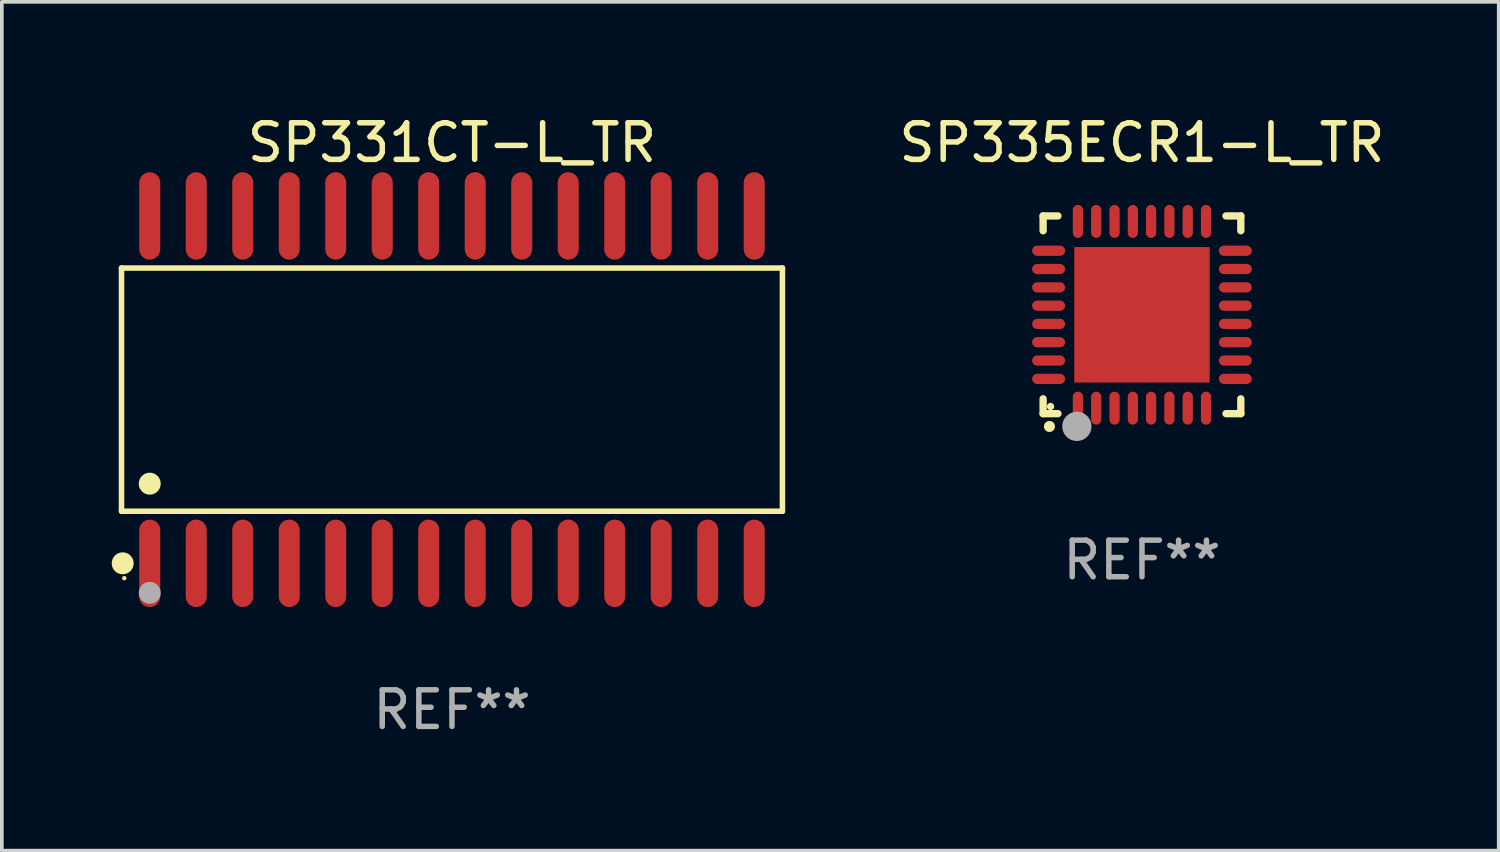
<source format=kicad_pcb>
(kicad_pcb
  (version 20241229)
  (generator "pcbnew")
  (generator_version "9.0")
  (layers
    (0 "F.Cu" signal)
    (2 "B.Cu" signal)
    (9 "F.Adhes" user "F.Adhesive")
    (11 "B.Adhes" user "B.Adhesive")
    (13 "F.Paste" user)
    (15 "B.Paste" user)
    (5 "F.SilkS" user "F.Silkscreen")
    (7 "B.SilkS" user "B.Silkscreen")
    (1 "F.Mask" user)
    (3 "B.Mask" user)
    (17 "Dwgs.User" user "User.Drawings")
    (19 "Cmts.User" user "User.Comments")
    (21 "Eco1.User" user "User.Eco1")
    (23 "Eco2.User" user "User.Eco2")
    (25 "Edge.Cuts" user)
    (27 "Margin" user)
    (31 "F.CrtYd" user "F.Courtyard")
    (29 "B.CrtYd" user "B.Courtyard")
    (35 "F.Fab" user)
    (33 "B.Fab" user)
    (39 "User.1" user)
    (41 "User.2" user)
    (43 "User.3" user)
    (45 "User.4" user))
  (footprint "SP331CT-L_TR"
    (layer "F.Cu")
    (at 9.295 7.592)
    (property "Reference" "SP331CT-L_TR" (at 0 -6.744 0) (layer "F.SilkS") (effects (font (size 1 1) (thickness 0.15))))
    (attr through_hole)
    (fp_line (start -9.026 -3.321) (end 9.026 -3.321) (stroke (width 0.152) (type solid)) (layer "F.SilkS"))
    (fp_line (start -9.026 3.321) (end -9.026 -3.321) (stroke (width 0.152) (type solid)) (layer "F.SilkS"))
    (fp_line (start 9.026 -3.321) (end 9.026 3.321) (stroke (width 0.152) (type solid)) (layer "F.SilkS"))
    (fp_line (start 9.026 3.321) (end -9.026 3.321) (stroke (width 0.152) (type solid)) (layer "F.SilkS"))
    (fp_circle (center -8.994 4.744) (end -8.844 4.744) (stroke (width 0.3) (type solid)) (fill no) (layer "F.SilkS"))
    (fp_circle (center -8.95 5.15) (end -8.92 5.15) (stroke (width 0.06) (type solid)) (fill no) (layer "F.SilkS"))
    (fp_circle (center -8.255 2.569) (end -8.105 2.569) (stroke (width 0.3) (type solid)) (fill no) (layer "F.SilkS"))
    (fp_circle (center -8.255 5.55) (end -8.105 5.55) (stroke (width 0.3) (type solid)) (fill no) (layer "F.Fab"))
    (fp_text user "REF**" (at 0 8.744 0) (layer "F.Fab") (effects (font (size 1 1) (thickness 0.15))))
    (pad "1" smd oval (at -8.255 4.744) (size 0.574 2.388) (layers "F.Cu" "F.Mask" "F.Paste"))
    (pad "2" smd oval (at -6.985 4.744) (size 0.574 2.388) (layers "F.Cu" "F.Mask" "F.Paste"))
    (pad "3" smd oval (at -5.715 4.744) (size 0.574 2.388) (layers "F.Cu" "F.Mask" "F.Paste"))
    (pad "4" smd oval (at -4.445 4.744) (size 0.574 2.388) (layers "F.Cu" "F.Mask" "F.Paste"))
    (pad "5" smd oval (at -3.175 4.744) (size 0.574 2.388) (layers "F.Cu" "F.Mask" "F.Paste"))
    (pad "6" smd oval (at -1.905 4.744) (size 0.574 2.388) (layers "F.Cu" "F.Mask" "F.Paste"))
    (pad "7" smd oval (at -0.635 4.744) (size 0.574 2.388) (layers "F.Cu" "F.Mask" "F.Paste"))
    (pad "8" smd oval (at 0.635 4.744) (size 0.574 2.388) (layers "F.Cu" "F.Mask" "F.Paste"))
    (pad "9" smd oval (at 1.905 4.744) (size 0.574 2.388) (layers "F.Cu" "F.Mask" "F.Paste"))
    (pad "10" smd oval (at 3.175 4.744) (size 0.574 2.388) (layers "F.Cu" "F.Mask" "F.Paste"))
    (pad "11" smd oval (at 4.445 4.744) (size 0.574 2.388) (layers "F.Cu" "F.Mask" "F.Paste"))
    (pad "12" smd oval (at 5.715 4.744) (size 0.574 2.388) (layers "F.Cu" "F.Mask" "F.Paste"))
    (pad "13" smd oval (at 6.985 4.744) (size 0.574 2.388) (layers "F.Cu" "F.Mask" "F.Paste"))
    (pad "14" smd oval (at 8.255 4.744) (size 0.574 2.388) (layers "F.Cu" "F.Mask" "F.Paste"))
    (pad "15" smd oval (at 8.255 -4.744) (size 0.574 2.388) (layers "F.Cu" "F.Mask" "F.Paste"))
    (pad "16" smd oval (at 6.985 -4.744) (size 0.574 2.388) (layers "F.Cu" "F.Mask" "F.Paste"))
    (pad "17" smd oval (at 5.715 -4.744) (size 0.574 2.388) (layers "F.Cu" "F.Mask" "F.Paste"))
    (pad "18" smd oval (at 4.445 -4.744) (size 0.574 2.388) (layers "F.Cu" "F.Mask" "F.Paste"))
    (pad "19" smd oval (at 3.175 -4.744) (size 0.574 2.388) (layers "F.Cu" "F.Mask" "F.Paste"))
    (pad "20" smd oval (at 1.905 -4.744) (size 0.574 2.388) (layers "F.Cu" "F.Mask" "F.Paste"))
    (pad "21" smd oval (at 0.635 -4.744) (size 0.574 2.388) (layers "F.Cu" "F.Mask" "F.Paste"))
    (pad "22" smd oval (at -0.635 -4.744) (size 0.574 2.388) (layers "F.Cu" "F.Mask" "F.Paste"))
    (pad "23" smd oval (at -1.905 -4.744) (size 0.574 2.388) (layers "F.Cu" "F.Mask" "F.Paste"))
    (pad "24" smd oval (at -3.175 -4.744) (size 0.574 2.388) (layers "F.Cu" "F.Mask" "F.Paste"))
    (pad "25" smd oval (at -4.445 -4.744) (size 0.574 2.388) (layers "F.Cu" "F.Mask" "F.Paste"))
    (pad "26" smd oval (at -5.715 -4.744) (size 0.574 2.388) (layers "F.Cu" "F.Mask" "F.Paste"))
    (pad "27" smd oval (at -6.985 -4.744) (size 0.574 2.388) (layers "F.Cu" "F.Mask" "F.Paste"))
    (pad "28" smd oval (at -8.255 -4.744) (size 0.574 2.388) (layers "F.Cu" "F.Mask" "F.Paste")))
  (footprint "SP335ECR1-L_TR"
    (layer "F.Cu")
    (at 28.141 5.548)
    (property "Reference" "SP335ECR1-L_TR" (at 0 -4.7 0) (layer "F.SilkS") (effects (font (size 1 1) (thickness 0.15))))
    (attr through_hole)
    (fp_line (start -2.7 -2.7) (end -2.295 -2.7) (stroke (width 0.2) (type solid)) (layer "F.SilkS"))
    (fp_line (start -2.7 -2.295) (end -2.7 -2.7) (stroke (width 0.2) (type solid)) (layer "F.SilkS"))
    (fp_line (start -2.7 2.7) (end -2.7 2.295) (stroke (width 0.2) (type solid)) (layer "F.SilkS"))
    (fp_line (start -2.295 2.7) (end -2.7 2.7) (stroke (width 0.2) (type solid)) (layer "F.SilkS"))
    (fp_line (start 2.295 2.7) (end 2.7 2.7) (stroke (width 0.2) (type solid)) (layer "F.SilkS"))
    (fp_line (start 2.7 -2.7) (end 2.295 -2.7) (stroke (width 0.2) (type solid)) (layer "F.SilkS"))
    (fp_line (start 2.7 -2.295) (end 2.7 -2.7) (stroke (width 0.2) (type solid)) (layer "F.SilkS"))
    (fp_line (start 2.7 2.7) (end 2.7 2.295) (stroke (width 0.2) (type solid)) (layer "F.SilkS"))
    (fp_arc (start -2.527889 3.050546) (mid -2.526619 3.050541) (end -2.525349 3.050546) (stroke (width 0.3) (type solid)) (layer "F.SilkS"))
    (fp_circle (center -2.497 2.505) (end -2.447 2.505) (stroke (width 0.1) (type solid)) (fill no) (layer "F.SilkS"))
    (fp_circle (center -1.778 3.048) (end -1.578 3.048) (stroke (width 0.4) (type solid)) (fill no) (layer "F.Fab"))
    (fp_text user "REF**" (at 0 6.7 0) (layer "F.Fab") (effects (font (size 1 1) (thickness 0.15))))
    (pad "1" smd oval (at -1.75 2.55) (size 0.28 0.9) (layers "F.Cu" "F.Mask" "F.Paste"))
    (pad "2" smd oval (at -1.25 2.55) (size 0.28 0.9) (layers "F.Cu" "F.Mask" "F.Paste"))
    (pad "3" smd oval (at -0.749 2.55) (size 0.28 0.9) (layers "F.Cu" "F.Mask" "F.Paste"))
    (pad "4" smd oval (at -0.249 2.55) (size 0.28 0.9) (layers "F.Cu" "F.Mask" "F.Paste"))
    (pad "5" smd oval (at 0.249 2.55) (size 0.28 0.9) (layers "F.Cu" "F.Mask" "F.Paste"))
    (pad "6" smd oval (at 0.749 2.55) (size 0.28 0.9) (layers "F.Cu" "F.Mask" "F.Paste"))
    (pad "7" smd oval (at 1.25 2.55) (size 0.28 0.9) (layers "F.Cu" "F.Mask" "F.Paste"))
    (pad "8" smd oval (at 1.75 2.55) (size 0.28 0.9) (layers "F.Cu" "F.Mask" "F.Paste"))
    (pad "9" smd oval (at 2.55 1.75) (size 0.9 0.28) (layers "F.Cu" "F.Mask" "F.Paste"))
    (pad "10" smd oval (at 2.55 1.25) (size 0.9 0.28) (layers "F.Cu" "F.Mask" "F.Paste"))
    (pad "11" smd oval (at 2.55 0.749) (size 0.9 0.28) (layers "F.Cu" "F.Mask" "F.Paste"))
    (pad "12" smd oval (at 2.55 0.249) (size 0.9 0.28) (layers "F.Cu" "F.Mask" "F.Paste"))
    (pad "13" smd oval (at 2.55 -0.249) (size 0.9 0.28) (layers "F.Cu" "F.Mask" "F.Paste"))
    (pad "14" smd oval (at 2.55 -0.749) (size 0.9 0.28) (layers "F.Cu" "F.Mask" "F.Paste"))
    (pad "15" smd oval (at 2.55 -1.25) (size 0.9 0.28) (layers "F.Cu" "F.Mask" "F.Paste"))
    (pad "16" smd oval (at 2.55 -1.75) (size 0.9 0.28) (layers "F.Cu" "F.Mask" "F.Paste"))
    (pad "17" smd oval (at 1.75 -2.55) (size 0.28 0.9) (layers "F.Cu" "F.Mask" "F.Paste"))
    (pad "18" smd oval (at 1.25 -2.55) (size 0.28 0.9) (layers "F.Cu" "F.Mask" "F.Paste"))
    (pad "19" smd oval (at 0.749 -2.55) (size 0.28 0.9) (layers "F.Cu" "F.Mask" "F.Paste"))
    (pad "20" smd oval (at 0.249 -2.55) (size 0.28 0.9) (layers "F.Cu" "F.Mask" "F.Paste"))
    (pad "21" smd oval (at -0.249 -2.55) (size 0.28 0.9) (layers "F.Cu" "F.Mask" "F.Paste"))
    (pad "22" smd oval (at -0.749 -2.55) (size 0.28 0.9) (layers "F.Cu" "F.Mask" "F.Paste"))
    (pad "23" smd oval (at -1.25 -2.55) (size 0.28 0.9) (layers "F.Cu" "F.Mask" "F.Paste"))
    (pad "24" smd oval (at -1.75 -2.55) (size 0.28 0.9) (layers "F.Cu" "F.Mask" "F.Paste"))
    (pad "25" smd oval (at -2.55 -1.75) (size 0.9 0.28) (layers "F.Cu" "F.Mask" "F.Paste"))
    (pad "26" smd oval (at -2.55 -1.25) (size 0.9 0.28) (layers "F.Cu" "F.Mask" "F.Paste"))
    (pad "27" smd oval (at -2.55 -0.749) (size 0.9 0.28) (layers "F.Cu" "F.Mask" "F.Paste"))
    (pad "28" smd oval (at -2.55 -0.249) (size 0.9 0.28) (layers "F.Cu" "F.Mask" "F.Paste"))
    (pad "29" smd oval (at -2.55 0.249) (size 0.9 0.28) (layers "F.Cu" "F.Mask" "F.Paste"))
    (pad "30" smd oval (at -2.55 0.749) (size 0.9 0.28) (layers "F.Cu" "F.Mask" "F.Paste"))
    (pad "31" smd oval (at -2.55 1.25) (size 0.9 0.28) (layers "F.Cu" "F.Mask" "F.Paste"))
    (pad "32" smd oval (at -2.55 1.75) (size 0.9 0.28) (layers "F.Cu" "F.Mask" "F.Paste"))
    (pad "33" smd rect (at 0.000076 0.000076) (size 3.7 3.7) (layers "F.Cu" "F.Mask" "F.Paste")))
  (gr_rect
    (start -3 -3)
    (end 37.885 20.184)
    (stroke (width 0.1) (type default))
    (fill no)
    (layer "Edge.Cuts")))
</source>
